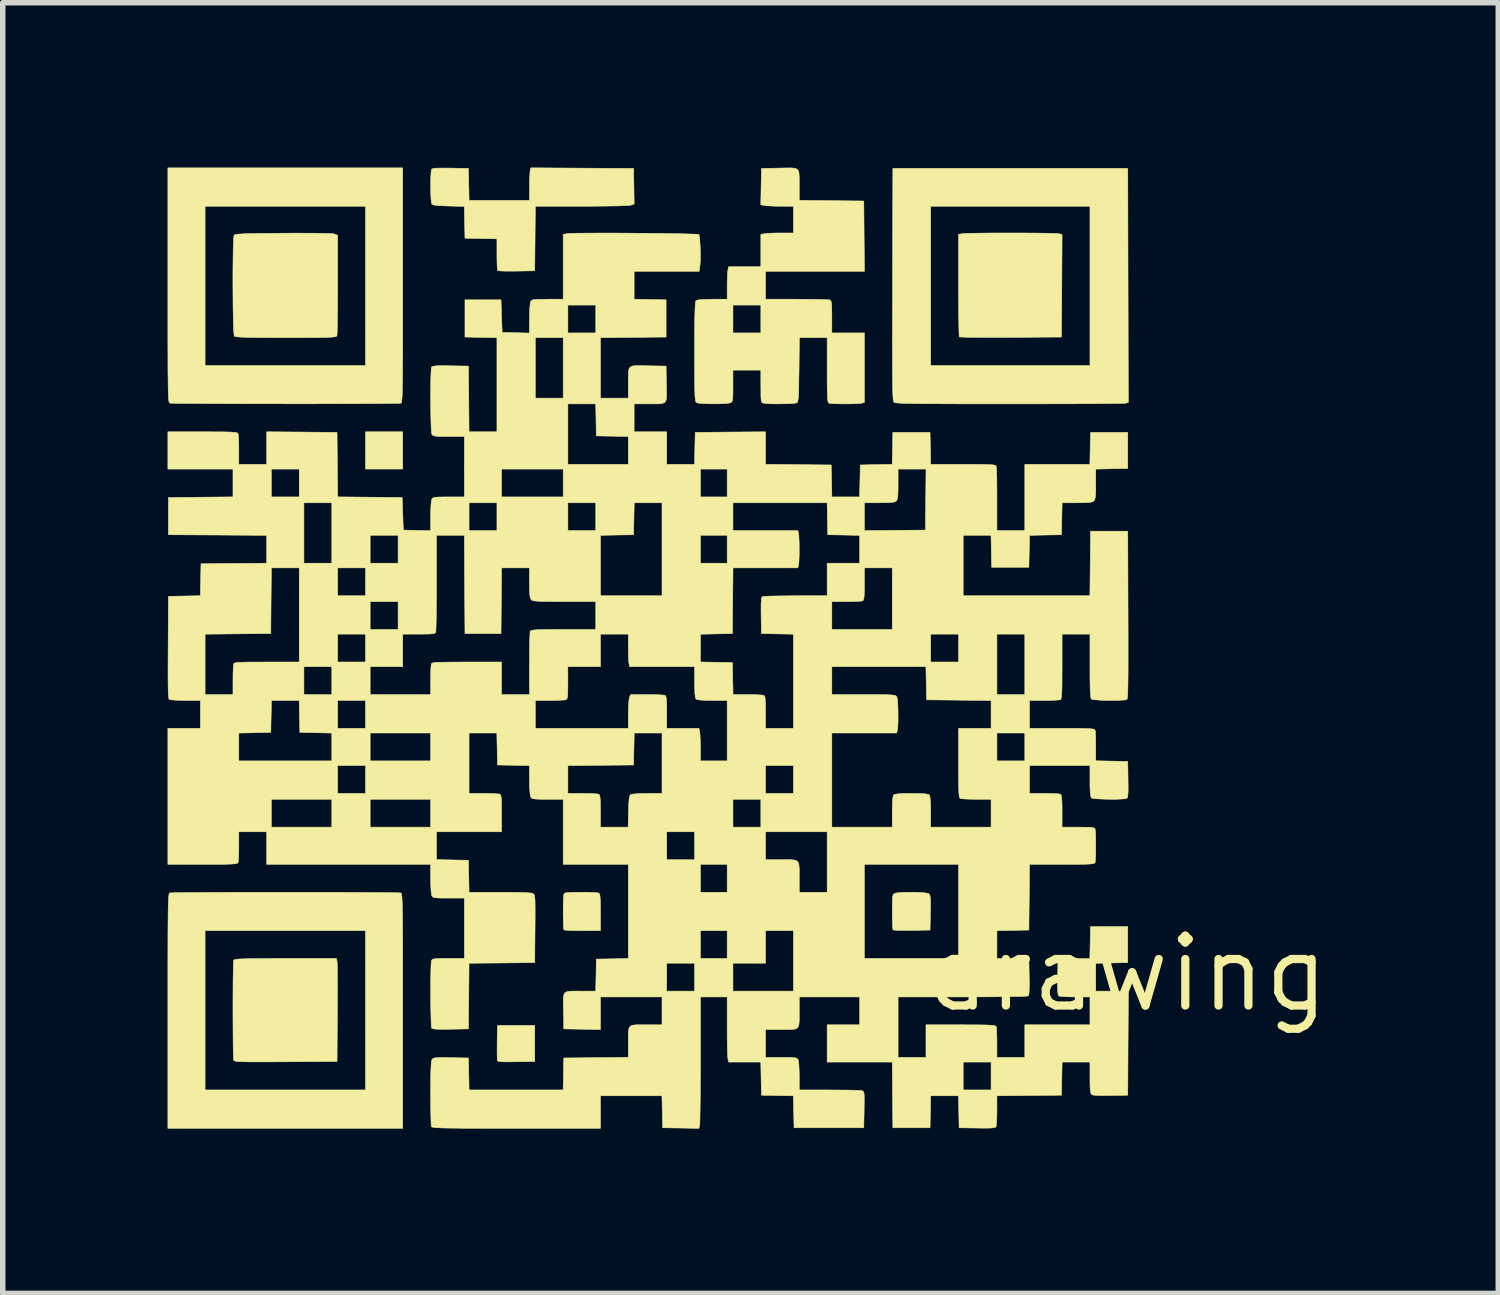
<source format=kicad_pcb>
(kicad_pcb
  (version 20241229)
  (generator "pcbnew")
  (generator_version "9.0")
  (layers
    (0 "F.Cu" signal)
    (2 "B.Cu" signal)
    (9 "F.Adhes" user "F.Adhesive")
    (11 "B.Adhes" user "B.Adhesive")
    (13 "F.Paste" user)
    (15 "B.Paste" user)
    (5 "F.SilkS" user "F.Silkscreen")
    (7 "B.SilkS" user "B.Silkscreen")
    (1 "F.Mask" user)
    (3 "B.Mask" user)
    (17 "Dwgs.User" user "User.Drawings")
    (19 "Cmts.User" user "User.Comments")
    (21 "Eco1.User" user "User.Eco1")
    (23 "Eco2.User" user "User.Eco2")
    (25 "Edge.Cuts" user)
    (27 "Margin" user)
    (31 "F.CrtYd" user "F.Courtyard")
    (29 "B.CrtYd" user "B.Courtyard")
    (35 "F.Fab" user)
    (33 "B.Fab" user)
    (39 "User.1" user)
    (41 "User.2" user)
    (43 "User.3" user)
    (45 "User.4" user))
  (footprint "drawing"
    (layer "F.Cu")
    (at 17.468 14.674)
    (property "Reference" "drawing" (at 0 0 0) (layer "F.SilkS") (effects (font (size 1.27 1.27) (thickness 0.15))))
    (attr through_hole)
    (fp_poly (pts (xy -13.187 -9.186) (xy -13.864 -9.186) (xy -13.864 -9.864) (xy -13.187 -9.864) (xy -13.187 -9.186)) (stroke (width 0.01) (type solid)) (fill yes) (layer "F.SilkS"))
    (fp_poly (pts (xy -10.784 1.598) (xy -11.118 1.604) (xy -11.25 1.605) (xy -11.346 1.605) (xy -11.409 1.601) (xy -11.446 1.594) (xy -11.462 1.584) (xy -11.463 1.582) (xy -11.466 1.551) (xy -11.468 1.487) (xy -11.469 1.397) (xy -11.468 1.29) (xy -11.468 1.248) (xy -11.462 0.942) (xy -10.784 0.942) (xy -10.784 1.598)) (stroke (width 0.01) (type solid)) (fill yes) (layer "F.SilkS"))
    (fp_poly (pts (xy -9.822 -1.481) (xy -9.73 -1.478) (xy -9.661 -1.474) (xy -9.624 -1.469) (xy -9.622 -1.469) (xy -9.609 -1.459) (xy -9.6 -1.435) (xy -9.594 -1.392) (xy -9.59 -1.324) (xy -9.589 -1.224) (xy -9.588 -1.12) (xy -9.588 -0.783) (xy -9.913 -0.783) (xy -10.026 -0.784) (xy -10.124 -0.786) (xy -10.199 -0.79) (xy -10.243 -0.795) (xy -10.252 -0.797) (xy -10.257 -0.822) (xy -10.261 -0.882) (xy -10.264 -0.969) (xy -10.266 -1.075) (xy -10.266 -1.134) (xy -10.265 -1.259) (xy -10.263 -1.349) (xy -10.259 -1.409) (xy -10.252 -1.445) (xy -10.241 -1.463) (xy -10.232 -1.469) (xy -10.199 -1.474) (xy -10.133 -1.478) (xy -10.043 -1.48) (xy -9.939 -1.482) (xy -9.927 -1.482) (xy -9.822 -1.481)) (stroke (width 0.01) (type solid)) (fill yes) (layer "F.SilkS"))
    (fp_poly (pts (xy -3.825 -1.48) (xy -3.732 -1.475) (xy -3.659 -1.468) (xy -3.616 -1.457) (xy -3.612 -1.455) (xy -3.598 -1.44) (xy -3.589 -1.416) (xy -3.583 -1.375) (xy -3.58 -1.311) (xy -3.58 -1.216) (xy -3.582 -1.111) (xy -3.588 -0.794) (xy -3.917 -0.788) (xy -4.031 -0.787) (xy -4.13 -0.788) (xy -4.206 -0.79) (xy -4.252 -0.794) (xy -4.261 -0.797) (xy -4.266 -0.822) (xy -4.271 -0.882) (xy -4.274 -0.968) (xy -4.275 -1.074) (xy -4.276 -1.125) (xy -4.275 -1.247) (xy -4.273 -1.333) (xy -4.27 -1.391) (xy -4.263 -1.426) (xy -4.252 -1.447) (xy -4.236 -1.459) (xy -4.235 -1.46) (xy -4.194 -1.47) (xy -4.122 -1.477) (xy -4.03 -1.481) (xy -3.927 -1.482) (xy -3.825 -1.48)) (stroke (width 0.01) (type solid)) (fill yes) (layer "F.SilkS"))
    (fp_poly (pts (xy -2.003 -13.483) (xy -1.835 -13.482) (xy -1.678 -13.481) (xy -1.537 -13.479) (xy -1.418 -13.477) (xy -1.326 -13.475) (xy -1.267 -13.472) (xy -1.251 -13.47) (xy -1.185 -13.457) (xy -1.19 -12.523) (xy -1.196 -11.589) (xy -2.118 -11.583) (xy -2.312 -11.582) (xy -2.492 -11.582) (xy -2.655 -11.583) (xy -2.796 -11.584) (xy -2.911 -11.585) (xy -2.995 -11.588) (xy -3.044 -11.59) (xy -3.055 -11.592) (xy -3.058 -11.616) (xy -3.061 -11.677) (xy -3.063 -11.772) (xy -3.065 -11.896) (xy -3.067 -12.045) (xy -3.068 -12.215) (xy -3.069 -12.401) (xy -3.069 -12.532) (xy -3.069 -13.457) (xy -3.003 -13.47) (xy -2.965 -13.473) (xy -2.89 -13.476) (xy -2.785 -13.478) (xy -2.655 -13.48) (xy -2.506 -13.482) (xy -2.344 -13.482) (xy -2.174 -13.483) (xy -2.003 -13.483)) (stroke (width 0.01) (type solid)) (fill yes) (layer "F.SilkS"))
    (fp_poly (pts (xy -14.383 -0.228) (xy -14.38 -0.197) (xy -14.378 -0.128) (xy -14.377 -0.027) (xy -14.376 0.103) (xy -14.375 0.256) (xy -14.376 0.429) (xy -14.376 0.615) (xy -14.377 0.709) (xy -14.383 1.598) (xy -15.317 1.604) (xy -15.542 1.605) (xy -15.728 1.605) (xy -15.879 1.605) (xy -15.999 1.605) (xy -16.091 1.603) (xy -16.159 1.6) (xy -16.207 1.597) (xy -16.237 1.592) (xy -16.255 1.585) (xy -16.263 1.578) (xy -16.264 1.575) (xy -16.267 1.547) (xy -16.27 1.481) (xy -16.272 1.384) (xy -16.274 1.261) (xy -16.275 1.118) (xy -16.276 0.96) (xy -16.277 0.792) (xy -16.277 0.62) (xy -16.277 0.45) (xy -16.276 0.287) (xy -16.275 0.136) (xy -16.273 0.003) (xy -16.271 -0.107) (xy -16.269 -0.187) (xy -16.266 -0.233) (xy -16.264 -0.242) (xy -16.258 -0.25) (xy -16.242 -0.256) (xy -16.214 -0.262) (xy -16.169 -0.266) (xy -16.105 -0.269) (xy -16.017 -0.272) (xy -15.901 -0.273) (xy -15.755 -0.274) (xy -15.574 -0.275) (xy -15.355 -0.275) (xy -15.323 -0.275) (xy -14.394 -0.275) (xy -14.383 -0.228)) (stroke (width 0.01) (type solid)) (fill yes) (layer "F.SilkS"))
    (fp_poly (pts (xy 0.016 -12.528) (xy 0.021 -10.398) (xy -0.026 -10.385) (xy -0.054 -10.383) (xy -0.121 -10.381) (xy -0.224 -10.38) (xy -0.361 -10.378) (xy -0.528 -10.377) (xy -0.723 -10.376) (xy -0.943 -10.374) (xy -1.184 -10.374) (xy -1.443 -10.373) (xy -1.719 -10.372) (xy -2.007 -10.372) (xy -2.139 -10.372) (xy -2.496 -10.372) (xy -2.813 -10.372) (xy -3.092 -10.373) (xy -3.334 -10.374) (xy -3.543 -10.375) (xy -3.72 -10.376) (xy -3.867 -10.378) (xy -3.986 -10.381) (xy -4.08 -10.383) (xy -4.15 -10.386) (xy -4.199 -10.39) (xy -4.229 -10.394) (xy -4.24 -10.398) (xy -4.246 -10.405) (xy -4.251 -10.416) (xy -4.256 -10.436) (xy -4.26 -10.465) (xy -4.263 -10.508) (xy -4.266 -10.565) (xy -4.268 -10.64) (xy -4.27 -10.736) (xy -4.271 -10.853) (xy -4.272 -10.996) (xy -4.272 -11.166) (xy -4.273 -11.366) (xy -4.273 -11.598) (xy -4.272 -11.865) (xy -4.271 -12.169) (xy -4.271 -12.513) (xy -4.271 -12.541) (xy -4.267 -13.97) (xy -3.577 -13.97) (xy -3.577 -11.07) (xy -0.677 -11.07) (xy -0.677 -13.97) (xy -3.577 -13.97) (xy -4.267 -13.97) (xy -4.265 -14.658) (xy 0.011 -14.658) (xy 0.016 -12.528)) (stroke (width 0.01) (type solid)) (fill yes) (layer "F.SilkS"))
    (fp_poly (pts (xy -9.919 -14.663) (xy -8.985 -14.658) (xy -8.979 -14.335) (xy -8.974 -14.012) (xy -9.028 -13.991) (xy -9.063 -13.986) (xy -9.137 -13.981) (xy -9.246 -13.977) (xy -9.386 -13.974) (xy -9.555 -13.972) (xy -9.748 -13.97) (xy -9.928 -13.97) (xy -10.773 -13.97) (xy -10.784 -12.795) (xy -11.114 -12.789) (xy -11.228 -12.788) (xy -11.327 -12.789) (xy -11.403 -12.792) (xy -11.448 -12.795) (xy -11.458 -12.798) (xy -11.463 -12.824) (xy -11.468 -12.883) (xy -11.471 -12.969) (xy -11.472 -13.071) (xy -11.472 -13.095) (xy -11.472 -13.376) (xy -11.763 -13.382) (xy -12.054 -13.388) (xy -12.06 -13.677) (xy -12.066 -13.967) (xy -12.352 -13.974) (xy -12.474 -13.978) (xy -12.559 -13.983) (xy -12.614 -13.991) (xy -12.646 -14.001) (xy -12.658 -14.012) (xy -12.666 -14.045) (xy -12.672 -14.111) (xy -12.676 -14.199) (xy -12.678 -14.299) (xy -12.678 -14.402) (xy -12.676 -14.498) (xy -12.672 -14.577) (xy -12.665 -14.629) (xy -12.661 -14.643) (xy -12.643 -14.653) (xy -12.602 -14.661) (xy -12.532 -14.664) (xy -12.429 -14.665) (xy -12.317 -14.664) (xy -11.991 -14.658) (xy -11.985 -14.367) (xy -11.979 -14.076) (xy -10.88 -14.076) (xy -10.879 -14.325) (xy -10.878 -14.427) (xy -10.875 -14.518) (xy -10.871 -14.587) (xy -10.866 -14.621) (xy -10.853 -14.669) (xy -9.919 -14.663)) (stroke (width 0.01) (type solid)) (fill yes) (layer "F.SilkS"))
    (fp_poly (pts (xy -14.92 -13.479) (xy -14.748 -13.478) (xy -14.61 -13.475) (xy -14.509 -13.472) (xy -14.446 -13.467) (xy -14.428 -13.463) (xy -14.372 -13.442) (xy -14.372 -12.544) (xy -14.372 -12.352) (xy -14.373 -12.172) (xy -14.375 -12.01) (xy -14.376 -11.869) (xy -14.378 -11.754) (xy -14.381 -11.67) (xy -14.384 -11.622) (xy -14.385 -11.612) (xy -14.392 -11.604) (xy -14.407 -11.597) (xy -14.436 -11.591) (xy -14.481 -11.587) (xy -14.546 -11.584) (xy -14.634 -11.581) (xy -14.75 -11.58) (xy -14.898 -11.579) (xy -15.08 -11.578) (xy -15.3 -11.578) (xy -15.312 -11.578) (xy -15.549 -11.578) (xy -15.747 -11.579) (xy -15.908 -11.581) (xy -16.034 -11.584) (xy -16.129 -11.587) (xy -16.195 -11.592) (xy -16.235 -11.597) (xy -16.252 -11.604) (xy -16.258 -11.63) (xy -16.263 -11.693) (xy -16.267 -11.788) (xy -16.271 -11.909) (xy -16.274 -12.051) (xy -16.276 -12.208) (xy -16.277 -12.375) (xy -16.278 -12.547) (xy -16.278 -12.718) (xy -16.277 -12.883) (xy -16.275 -13.036) (xy -16.273 -13.173) (xy -16.269 -13.287) (xy -16.265 -13.373) (xy -16.26 -13.427) (xy -16.256 -13.441) (xy -16.247 -13.449) (xy -16.226 -13.455) (xy -16.19 -13.461) (xy -16.135 -13.465) (xy -16.058 -13.469) (xy -15.955 -13.472) (xy -15.822 -13.474) (xy -15.656 -13.476) (xy -15.453 -13.478) (xy -15.36 -13.479) (xy -15.125 -13.48) (xy -14.92 -13.479)) (stroke (width 0.01) (type solid)) (fill yes) (layer "F.SilkS"))
    (fp_poly (pts (xy -15.071 -1.481) (xy -14.815 -1.481) (xy -14.566 -1.481) (xy -14.327 -1.48) (xy -14.103 -1.479) (xy -13.896 -1.478) (xy -13.71 -1.477) (xy -13.549 -1.476) (xy -13.416 -1.474) (xy -13.315 -1.473) (xy -13.248 -1.471) (xy -13.221 -1.469) (xy -13.22 -1.469) (xy -13.215 -1.464) (xy -13.21 -1.451) (xy -13.206 -1.429) (xy -13.202 -1.395) (xy -13.199 -1.347) (xy -13.196 -1.282) (xy -13.194 -1.197) (xy -13.192 -1.091) (xy -13.19 -0.96) (xy -13.189 -0.803) (xy -13.188 -0.618) (xy -13.188 -0.401) (xy -13.187 -0.15) (xy -13.187 0.137) (xy -13.187 0.462) (xy -13.187 0.68) (xy -13.187 2.815) (xy -17.462 2.815) (xy -17.462 0.68) (xy -17.462 0.33) (xy -17.462 0.02) (xy -17.462 -0.252) (xy -17.461 -0.49) (xy -17.461 -0.694) (xy -17.46 -0.783) (xy -16.785 -0.783) (xy -16.785 2.117) (xy -13.864 2.117) (xy -13.864 -0.783) (xy -16.785 -0.783) (xy -17.46 -0.783) (xy -17.46 -0.868) (xy -17.458 -1.014) (xy -17.457 -1.135) (xy -17.455 -1.232) (xy -17.452 -1.309) (xy -17.449 -1.368) (xy -17.446 -1.41) (xy -17.442 -1.439) (xy -17.438 -1.457) (xy -17.432 -1.466) (xy -17.429 -1.469) (xy -17.403 -1.471) (xy -17.338 -1.473) (xy -17.238 -1.474) (xy -17.106 -1.476) (xy -16.946 -1.477) (xy -16.761 -1.478) (xy -16.555 -1.479) (xy -16.331 -1.48) (xy -16.093 -1.481) (xy -15.845 -1.481) (xy -15.589 -1.481) (xy -15.33 -1.481) (xy -15.071 -1.481)) (stroke (width 0.01) (type solid)) (fill yes) (layer "F.SilkS"))
    (fp_poly (pts (xy -13.187 -12.533) (xy -13.187 -12.183) (xy -13.187 -11.873) (xy -13.187 -11.601) (xy -13.188 -11.364) (xy -13.189 -11.159) (xy -13.19 -10.985) (xy -13.191 -10.839) (xy -13.193 -10.718) (xy -13.195 -10.621) (xy -13.197 -10.544) (xy -13.2 -10.486) (xy -13.203 -10.443) (xy -13.207 -10.414) (xy -13.212 -10.396) (xy -13.217 -10.387) (xy -13.22 -10.385) (xy -13.246 -10.383) (xy -13.31 -10.381) (xy -13.409 -10.38) (xy -13.541 -10.379) (xy -13.7 -10.377) (xy -13.884 -10.377) (xy -14.09 -10.376) (xy -14.313 -10.375) (xy -14.551 -10.375) (xy -14.799 -10.374) (xy -15.054 -10.374) (xy -15.313 -10.374) (xy -15.572 -10.375) (xy -15.828 -10.375) (xy -16.077 -10.375) (xy -16.315 -10.376) (xy -16.539 -10.377) (xy -16.746 -10.378) (xy -16.933 -10.379) (xy -17.094 -10.38) (xy -17.228 -10.381) (xy -17.33 -10.383) (xy -17.397 -10.384) (xy -17.425 -10.386) (xy -17.425 -10.386) (xy -17.431 -10.39) (xy -17.437 -10.398) (xy -17.442 -10.413) (xy -17.446 -10.439) (xy -17.449 -10.476) (xy -17.452 -10.528) (xy -17.455 -10.598) (xy -17.457 -10.686) (xy -17.458 -10.797) (xy -17.46 -10.932) (xy -17.461 -11.094) (xy -17.461 -11.285) (xy -17.462 -11.507) (xy -17.462 -11.764) (xy -17.462 -12.057) (xy -17.462 -12.389) (xy -17.462 -12.532) (xy -17.462 -13.97) (xy -16.785 -13.97) (xy -16.785 -11.07) (xy -13.864 -11.07) (xy -13.864 -13.97) (xy -16.785 -13.97) (xy -17.462 -13.97) (xy -17.462 -14.668) (xy -13.187 -14.668) (xy -13.187 -12.533)) (stroke (width 0.01) (type solid)) (fill yes) (layer "F.SilkS"))
    (fp_poly (pts (xy -6.101 -14.667) (xy -6.037 -14.658) (xy -5.998 -14.635) (xy -5.977 -14.593) (xy -5.97 -14.525) (xy -5.969 -14.426) (xy -5.969 -14.325) (xy -5.969 -14.077) (xy -5.382 -14.071) (xy -4.794 -14.065) (xy -4.783 -12.785) (xy -6.583 -12.785) (xy -6.583 -12.277) (xy -6.013 -12.277) (xy -5.861 -12.276) (xy -5.721 -12.275) (xy -5.6 -12.273) (xy -5.504 -12.27) (xy -5.439 -12.267) (xy -5.41 -12.264) (xy -5.396 -12.253) (xy -5.387 -12.228) (xy -5.381 -12.182) (xy -5.378 -12.109) (xy -5.376 -12.002) (xy -5.376 -11.957) (xy -5.376 -11.663) (xy -4.784 -11.663) (xy -4.784 -10.398) (xy -4.831 -10.385) (xy -4.873 -10.379) (xy -4.945 -10.376) (xy -5.037 -10.373) (xy -5.138 -10.372) (xy -5.238 -10.373) (xy -5.327 -10.375) (xy -5.394 -10.379) (xy -5.428 -10.385) (xy -5.437 -10.392) (xy -5.445 -10.411) (xy -5.451 -10.444) (xy -5.455 -10.497) (xy -5.458 -10.575) (xy -5.46 -10.681) (xy -5.461 -10.82) (xy -5.461 -10.988) (xy -5.461 -11.578) (xy -5.967 -11.578) (xy -5.973 -10.995) (xy -5.976 -10.819) (xy -5.978 -10.681) (xy -5.981 -10.575) (xy -5.985 -10.499) (xy -5.991 -10.447) (xy -5.998 -10.414) (xy -6.006 -10.397) (xy -6.011 -10.392) (xy -6.044 -10.385) (xy -6.108 -10.379) (xy -6.195 -10.375) (xy -6.295 -10.373) (xy -6.397 -10.372) (xy -6.491 -10.374) (xy -6.568 -10.378) (xy -6.617 -10.384) (xy -6.62 -10.385) (xy -6.639 -10.392) (xy -6.652 -10.404) (xy -6.66 -10.43) (xy -6.665 -10.476) (xy -6.667 -10.548) (xy -6.667 -10.653) (xy -6.668 -10.692) (xy -6.668 -10.986) (xy -7.176 -10.986) (xy -7.176 -10.7) (xy -7.176 -10.585) (xy -7.178 -10.504) (xy -7.183 -10.452) (xy -7.191 -10.42) (xy -7.203 -10.402) (xy -7.216 -10.394) (xy -7.255 -10.385) (xy -7.325 -10.378) (xy -7.417 -10.374) (xy -7.519 -10.373) (xy -7.622 -10.374) (xy -7.716 -10.378) (xy -7.79 -10.384) (xy -7.833 -10.393) (xy -7.837 -10.395) (xy -7.846 -10.402) (xy -7.853 -10.416) (xy -7.859 -10.44) (xy -7.864 -10.479) (xy -7.868 -10.535) (xy -7.87 -10.612) (xy -7.872 -10.715) (xy -7.873 -10.847) (xy -7.874 -11.012) (xy -7.874 -11.214) (xy -7.874 -11.321) (xy -7.874 -11.557) (xy -7.873 -11.753) (xy -7.871 -11.913) (xy -7.868 -12.038) (xy -7.865 -12.132) (xy -7.862 -12.171) (xy -7.176 -12.171) (xy -7.176 -11.663) (xy -6.668 -11.663) (xy -6.668 -12.171) (xy -7.176 -12.171) (xy -7.862 -12.171) (xy -7.86 -12.197) (xy -7.855 -12.236) (xy -7.849 -12.251) (xy -7.814 -12.264) (xy -7.74 -12.272) (xy -7.625 -12.276) (xy -7.552 -12.277) (xy -7.281 -12.277) (xy -7.281 -12.507) (xy -7.28 -12.609) (xy -7.277 -12.701) (xy -7.272 -12.772) (xy -7.268 -12.803) (xy -7.255 -12.869) (xy -6.668 -12.869) (xy -6.668 -13.457) (xy -6.601 -13.47) (xy -6.553 -13.475) (xy -6.474 -13.48) (xy -6.378 -13.483) (xy -6.305 -13.483) (xy -6.075 -13.483) (xy -6.075 -13.97) (xy -6.305 -13.97) (xy -6.407 -13.971) (xy -6.5 -13.975) (xy -6.571 -13.979) (xy -6.602 -13.983) (xy -6.669 -13.997) (xy -6.663 -14.327) (xy -6.657 -14.658) (xy -6.326 -14.664) (xy -6.195 -14.667) (xy -6.101 -14.667)) (stroke (width 0.01) (type solid)) (fill yes) (layer "F.SilkS"))
    (fp_poly (pts (xy -9.301 -13.481) (xy -9.108 -13.48) (xy -8.913 -13.478) (xy -8.72 -13.477) (xy -8.533 -13.475) (xy -8.357 -13.472) (xy -8.197 -13.47) (xy -8.057 -13.467) (xy -7.943 -13.464) (xy -7.859 -13.461) (xy -7.809 -13.458) (xy -7.797 -13.455) (xy -7.788 -13.427) (xy -7.781 -13.366) (xy -7.775 -13.282) (xy -7.771 -13.185) (xy -7.769 -13.085) (xy -7.77 -12.991) (xy -7.774 -12.914) (xy -7.778 -12.88) (xy -7.792 -12.785) (xy -8.975 -12.785) (xy -8.975 -12.278) (xy -8.684 -12.272) (xy -8.393 -12.266) (xy -8.393 -11.589) (xy -8.991 -11.583) (xy -9.588 -11.578) (xy -9.588 -10.477) (xy -9.081 -10.477) (xy -9.08 -10.726) (xy -9.081 -10.853) (xy -9.079 -10.944) (xy -9.069 -11.006) (xy -9.044 -11.044) (xy -9 -11.063) (xy -8.93 -11.069) (xy -8.828 -11.068) (xy -8.723 -11.065) (xy -8.393 -11.06) (xy -8.387 -10.729) (xy -8.384 -10.598) (xy -8.384 -10.504) (xy -8.392 -10.44) (xy -8.415 -10.401) (xy -8.458 -10.38) (xy -8.526 -10.372) (xy -8.625 -10.372) (xy -8.726 -10.372) (xy -8.975 -10.372) (xy -8.975 -9.864) (xy -8.382 -9.864) (xy -8.382 -9.271) (xy -7.875 -9.271) (xy -7.869 -9.562) (xy -7.863 -9.853) (xy -7.223 -9.859) (xy -6.583 -9.864) (xy -6.583 -9.272) (xy -5.985 -9.266) (xy -5.387 -9.26) (xy -5.381 -8.969) (xy -5.375 -8.678) (xy -4.87 -8.678) (xy -4.864 -8.969) (xy -4.858 -9.26) (xy -4.567 -9.266) (xy -4.277 -9.272) (xy -4.265 -9.853) (xy -3.588 -9.853) (xy -3.582 -9.562) (xy -3.576 -9.271) (xy -2.986 -9.271) (xy -2.811 -9.271) (xy -2.673 -9.27) (xy -2.569 -9.268) (xy -2.493 -9.265) (xy -2.441 -9.261) (xy -2.409 -9.255) (xy -2.391 -9.247) (xy -2.384 -9.238) (xy -2.38 -9.208) (xy -2.377 -9.142) (xy -2.374 -9.046) (xy -2.372 -8.925) (xy -2.371 -8.785) (xy -2.371 -8.634) (xy -2.371 -8.065) (xy -1.863 -8.065) (xy -1.863 -9.271) (xy -0.679 -9.271) (xy -0.673 -9.562) (xy -0.667 -9.853) (xy 0.011 -9.853) (xy 0.011 -9.197) (xy -0.28 -9.191) (xy -0.572 -9.185) (xy -0.572 -8.912) (xy -0.572 -8.794) (xy -0.576 -8.711) (xy -0.583 -8.656) (xy -0.593 -8.622) (xy -0.605 -8.606) (xy -0.627 -8.591) (xy -0.665 -8.582) (xy -0.726 -8.576) (xy -0.816 -8.573) (xy -0.911 -8.572) (xy -1.184 -8.572) (xy -1.19 -8.281) (xy -1.196 -7.99) (xy -1.486 -7.985) (xy -1.777 -7.979) (xy -1.789 -7.398) (xy -2.466 -7.398) (xy -2.472 -7.689) (xy -2.478 -7.98) (xy -2.985 -7.98) (xy -2.985 -6.879) (xy -0.678 -6.879) (xy -0.672 -7.467) (xy -0.667 -8.054) (xy 0.011 -8.054) (xy 0.016 -6.531) (xy 0.017 -6.229) (xy 0.017 -5.966) (xy 0.017 -5.741) (xy 0.017 -5.551) (xy 0.016 -5.394) (xy 0.014 -5.266) (xy 0.012 -5.166) (xy 0.009 -5.091) (xy 0.005 -5.039) (xy 0.001 -5.007) (xy -0.004 -4.993) (xy -0.005 -4.992) (xy -0.039 -4.983) (xy -0.105 -4.978) (xy -0.193 -4.975) (xy -0.293 -4.974) (xy -0.397 -4.975) (xy -0.494 -4.979) (xy -0.576 -4.985) (xy -0.632 -4.992) (xy -0.652 -5) (xy -0.66 -5.021) (xy -0.667 -5.07) (xy -0.671 -5.148) (xy -0.675 -5.259) (xy -0.677 -5.407) (xy -0.677 -5.594) (xy -0.677 -5.603) (xy -0.677 -6.181) (xy -1.185 -6.181) (xy -1.185 -5.59) (xy -1.186 -5.415) (xy -1.186 -5.277) (xy -1.188 -5.173) (xy -1.191 -5.097) (xy -1.195 -5.045) (xy -1.201 -5.012) (xy -1.209 -4.994) (xy -1.219 -4.987) (xy -1.252 -4.982) (xy -1.318 -4.978) (xy -1.408 -4.975) (xy -1.511 -4.974) (xy -1.515 -4.974) (xy -1.778 -4.974) (xy -1.778 -4.466) (xy -1.188 -4.466) (xy -1.012 -4.466) (xy -0.874 -4.465) (xy -0.77 -4.463) (xy -0.694 -4.46) (xy -0.642 -4.456) (xy -0.609 -4.45) (xy -0.592 -4.442) (xy -0.584 -4.433) (xy -0.579 -4.399) (xy -0.575 -4.333) (xy -0.573 -4.244) (xy -0.572 -4.14) (xy -0.572 -4.137) (xy -0.572 -3.875) (xy 0.011 -3.863) (xy 0.016 -3.536) (xy 0.018 -3.403) (xy 0.017 -3.307) (xy 0.012 -3.243) (xy 0.004 -3.206) (xy -0.005 -3.193) (xy -0.039 -3.184) (xy -0.105 -3.179) (xy -0.193 -3.175) (xy -0.293 -3.175) (xy -0.397 -3.176) (xy -0.494 -3.18) (xy -0.576 -3.185) (xy -0.632 -3.193) (xy -0.652 -3.2) (xy -0.664 -3.234) (xy -0.672 -3.306) (xy -0.677 -3.418) (xy -0.677 -3.507) (xy -0.677 -3.789) (xy -1.778 -3.789) (xy -1.778 -3.281) (xy -1.515 -3.281) (xy -1.411 -3.28) (xy -1.321 -3.277) (xy -1.254 -3.273) (xy -1.219 -3.268) (xy -1.219 -3.268) (xy -1.205 -3.257) (xy -1.196 -3.232) (xy -1.19 -3.186) (xy -1.187 -3.113) (xy -1.185 -3.006) (xy -1.185 -2.961) (xy -1.185 -2.667) (xy -0.891 -2.667) (xy -0.772 -2.666) (xy -0.688 -2.664) (xy -0.634 -2.659) (xy -0.602 -2.651) (xy -0.587 -2.639) (xy -0.584 -2.634) (xy -0.579 -2.6) (xy -0.575 -2.534) (xy -0.573 -2.444) (xy -0.572 -2.34) (xy -0.572 -2.328) (xy -0.572 -2.223) (xy -0.575 -2.131) (xy -0.579 -2.062) (xy -0.584 -2.025) (xy -0.584 -2.023) (xy -0.592 -2.013) (xy -0.611 -2.005) (xy -0.644 -2) (xy -0.697 -1.995) (xy -0.775 -1.992) (xy -0.881 -1.991) (xy -1.02 -1.99) (xy -1.187 -1.99) (xy -1.777 -1.99) (xy -1.789 -0.794) (xy -2.08 -0.788) (xy -2.371 -0.782) (xy -2.371 -0.276) (xy -2.08 -0.27) (xy -1.789 -0.265) (xy -1.783 0.062) (xy -1.781 0.195) (xy -1.783 0.292) (xy -1.787 0.356) (xy -1.795 0.392) (xy -1.804 0.406) (xy -1.83 0.409) (xy -1.894 0.412) (xy -1.992 0.415) (xy -2.121 0.417) (xy -2.277 0.419) (xy -2.455 0.421) (xy -2.653 0.422) (xy -2.865 0.423) (xy -3 0.423) (xy -4.17 0.423) (xy -4.17 1.524) (xy -3.662 1.524) (xy -3.662 0.931) (xy -3.029 0.931) (xy -2.847 0.932) (xy -2.703 0.932) (xy -2.592 0.934) (xy -2.51 0.937) (xy -2.453 0.941) (xy -2.416 0.946) (xy -2.395 0.953) (xy -2.385 0.962) (xy -2.384 0.965) (xy -2.379 0.998) (xy -2.375 1.064) (xy -2.372 1.154) (xy -2.371 1.257) (xy -2.371 1.261) (xy -2.371 1.524) (xy -1.863 1.524) (xy -1.863 0.931) (xy -0.677 0.931) (xy -0.677 0.423) (xy -0.947 0.423) (xy -1.052 0.422) (xy -1.142 0.418) (xy -1.208 0.413) (xy -1.243 0.406) (xy -1.244 0.406) (xy -1.255 0.387) (xy -1.262 0.346) (xy -1.266 0.277) (xy -1.267 0.174) (xy -1.265 0.062) (xy -1.259 -0.265) (xy -0.679 -0.276) (xy -0.673 -0.567) (xy -0.667 -0.857) (xy 0.011 -0.857) (xy 0.011 -0.201) (xy -0.572 -0.189) (xy -0.572 0.318) (xy -0.323 0.318) (xy -0.22 0.319) (xy -0.129 0.322) (xy -0.06 0.326) (xy -0.026 0.331) (xy 0.022 0.344) (xy 0.016 1.278) (xy 0.011 2.212) (xy -0.304 2.218) (xy -0.45 2.219) (xy -0.555 2.216) (xy -0.622 2.209) (xy -0.648 2.199) (xy -0.661 2.178) (xy -0.669 2.134) (xy -0.675 2.063) (xy -0.677 1.957) (xy -0.677 1.892) (xy -0.677 1.609) (xy -1.184 1.609) (xy -1.19 1.91) (xy -1.196 2.212) (xy -1.783 2.218) (xy -2.371 2.223) (xy -2.371 2.493) (xy -2.372 2.597) (xy -2.376 2.687) (xy -2.381 2.754) (xy -2.388 2.788) (xy -2.388 2.789) (xy -2.407 2.8) (xy -2.448 2.807) (xy -2.517 2.811) (xy -2.62 2.812) (xy -2.732 2.81) (xy -3.059 2.805) (xy -3.07 2.223) (xy -3.576 2.223) (xy -3.588 2.805) (xy -4.265 2.805) (xy -4.271 2.207) (xy -4.276 1.609) (xy -2.985 1.609) (xy -2.985 2.117) (xy -2.477 2.117) (xy -2.477 1.609) (xy -2.985 1.609) (xy -4.276 1.609) (xy -5.461 1.609) (xy -5.461 0.931) (xy -4.868 0.931) (xy -4.868 0.423) (xy -5.969 0.423) (xy -5.969 0.672) (xy -5.969 0.8) (xy -5.971 0.892) (xy -5.981 0.953) (xy -6.005 0.99) (xy -6.048 1.009) (xy -6.116 1.016) (xy -6.215 1.016) (xy -6.289 1.016) (xy -6.583 1.016) (xy -6.583 1.524) (xy -6.298 1.524) (xy -6.182 1.524) (xy -6.102 1.527) (xy -6.049 1.531) (xy -6.017 1.539) (xy -6 1.552) (xy -5.991 1.565) (xy -5.982 1.601) (xy -5.975 1.67) (xy -5.971 1.762) (xy -5.969 1.861) (xy -5.969 2.117) (xy -5.424 2.117) (xy -5.274 2.118) (xy -5.136 2.119) (xy -5.016 2.121) (xy -4.921 2.124) (xy -4.856 2.127) (xy -4.831 2.13) (xy -4.813 2.136) (xy -4.8 2.147) (xy -4.792 2.17) (xy -4.787 2.211) (xy -4.786 2.275) (xy -4.787 2.371) (xy -4.788 2.474) (xy -4.794 2.805) (xy -6.064 2.805) (xy -6.07 2.514) (xy -6.076 2.224) (xy -6.657 2.212) (xy -6.669 1.609) (xy -7.255 1.609) (xy -7.268 1.543) (xy -7.272 1.503) (xy -7.275 1.429) (xy -7.278 1.325) (xy -7.28 1.199) (xy -7.281 1.057) (xy -7.281 0.95) (xy -7.281 0.423) (xy -7.768 0.423) (xy -7.768 1.553) (xy -7.768 1.77) (xy -7.769 1.976) (xy -7.77 2.166) (xy -7.772 2.337) (xy -7.774 2.484) (xy -7.776 2.603) (xy -7.778 2.689) (xy -7.78 2.74) (xy -7.782 2.75) (xy -7.795 2.816) (xy -8.125 2.81) (xy -8.456 2.805) (xy -8.468 2.223) (xy -9.588 2.223) (xy -9.588 2.815) (xy -11.121 2.815) (xy -11.414 2.815) (xy -11.668 2.815) (xy -11.885 2.814) (xy -12.069 2.814) (xy -12.221 2.812) (xy -12.345 2.811) (xy -12.444 2.809) (xy -12.521 2.806) (xy -12.578 2.803) (xy -12.618 2.799) (xy -12.644 2.794) (xy -12.659 2.789) (xy -12.665 2.783) (xy -12.666 2.782) (xy -12.669 2.752) (xy -12.672 2.686) (xy -12.675 2.59) (xy -12.677 2.469) (xy -12.678 2.329) (xy -12.679 2.176) (xy -12.679 2.172) (xy -12.678 1.985) (xy -12.677 1.838) (xy -12.673 1.725) (xy -12.669 1.644) (xy -12.662 1.591) (xy -12.654 1.563) (xy -12.652 1.559) (xy -12.637 1.545) (xy -12.613 1.535) (xy -12.572 1.53) (xy -12.508 1.527) (xy -12.413 1.527) (xy -12.308 1.529) (xy -11.991 1.535) (xy -11.985 1.826) (xy -11.979 2.117) (xy -10.267 2.117) (xy -10.261 1.826) (xy -10.255 1.535) (xy -9.668 1.529) (xy -9.081 1.523) (xy -9.08 1.275) (xy -9.081 1.147) (xy -9.078 1.055) (xy -9.068 0.994) (xy -9.044 0.957) (xy -9.001 0.938) (xy -8.933 0.931) (xy -8.834 0.931) (xy -8.761 0.931) (xy -8.467 0.931) (xy -8.467 0.423) (xy -9.588 0.423) (xy -9.588 1.017) (xy -10.255 1.005) (xy -10.261 0.675) (xy -10.264 0.544) (xy -10.264 0.45) (xy -10.255 0.386) (xy -10.233 0.346) (xy -10.19 0.326) (xy -10.122 0.318) (xy -10.023 0.317) (xy -9.922 0.318) (xy -9.674 0.318) (xy -9.668 0.026) (xy -9.664 -0.191) (xy -8.382 -0.191) (xy -8.382 0.318) (xy -7.874 0.318) (xy -7.874 -0.191) (xy -7.176 -0.191) (xy -7.176 0.318) (xy -6.075 0.318) (xy -6.075 -0.783) (xy -6.583 -0.783) (xy -6.583 -0.191) (xy -7.176 -0.191) (xy -7.874 -0.191) (xy -8.382 -0.191) (xy -9.664 -0.191) (xy -9.663 -0.265) (xy -9.372 -0.27) (xy -9.081 -0.276) (xy -9.081 -0.783) (xy -7.768 -0.783) (xy -7.768 -0.275) (xy -7.281 -0.275) (xy -7.281 -0.783) (xy -7.768 -0.783) (xy -9.081 -0.783) (xy -9.081 -1.99) (xy -7.768 -1.99) (xy -7.768 -1.482) (xy -7.281 -1.482) (xy -7.281 -1.99) (xy -7.768 -1.99) (xy -9.081 -1.99) (xy -10.266 -1.99) (xy -10.266 -2.582) (xy -8.382 -2.582) (xy -8.382 -2.074) (xy -7.874 -2.074) (xy -7.874 -2.582) (xy -6.583 -2.582) (xy -6.583 -2.074) (xy -6.289 -2.074) (xy -6.17 -2.075) (xy -6.085 -2.073) (xy -6.028 -2.062) (xy -5.993 -2.036) (xy -5.976 -1.989) (xy -5.969 -1.916) (xy -5.969 -1.81) (xy -5.969 -1.73) (xy -5.969 -1.482) (xy -5.461 -1.482) (xy -5.461 -1.99) (xy -4.784 -1.99) (xy -4.784 -0.275) (xy -3.069 -0.275) (xy -3.069 -1.99) (xy -4.784 -1.99) (xy -5.461 -1.99) (xy -5.461 -2.582) (xy -6.583 -2.582) (xy -7.874 -2.582) (xy -8.382 -2.582) (xy -10.266 -2.582) (xy -10.266 -3.175) (xy -10.551 -3.175) (xy -10.667 -3.175) (xy -10.747 -3.178) (xy -10.8 -3.182) (xy -10.831 -3.19) (xy -10.849 -3.203) (xy -10.858 -3.216) (xy -10.866 -3.252) (xy -10.873 -3.321) (xy -10.878 -3.413) (xy -10.88 -3.518) (xy -10.88 -3.522) (xy -10.88 -3.788) (xy -10.906 -3.788) (xy -10.181 -3.788) (xy -10.181 -3.281) (xy -9.918 -3.281) (xy -9.815 -3.28) (xy -9.724 -3.277) (xy -9.657 -3.273) (xy -9.623 -3.268) (xy -9.622 -3.268) (xy -9.608 -3.257) (xy -9.599 -3.232) (xy -9.593 -3.186) (xy -9.59 -3.113) (xy -9.589 -3.006) (xy -9.588 -2.961) (xy -9.588 -2.667) (xy -9.084 -2.667) (xy -9.077 -2.954) (xy -9.073 -3.075) (xy -9.068 -3.161) (xy -9.066 -3.175) (xy -7.176 -3.175) (xy -7.176 -2.667) (xy -6.668 -2.667) (xy -6.668 -3.175) (xy -7.176 -3.175) (xy -9.066 -3.175) (xy -9.06 -3.216) (xy -9.049 -3.248) (xy -9.038 -3.26) (xy -9.006 -3.268) (xy -8.94 -3.274) (xy -8.851 -3.279) (xy -8.747 -3.28) (xy -8.737 -3.281) (xy -8.467 -3.281) (xy -8.467 -3.789) (xy -6.583 -3.789) (xy -6.583 -3.281) (xy -6.075 -3.281) (xy -6.075 -3.789) (xy -6.583 -3.789) (xy -8.467 -3.789) (xy -8.467 -4.381) (xy -8.973 -4.381) (xy -8.985 -3.799) (xy -10.181 -3.788) (xy -10.906 -3.788) (xy -11.171 -3.794) (xy -11.462 -3.799) (xy -11.474 -4.381) (xy -11.98 -4.381) (xy -11.98 -3.281) (xy -11.717 -3.281) (xy -11.614 -3.28) (xy -11.523 -3.277) (xy -11.456 -3.273) (xy -11.422 -3.268) (xy -11.421 -3.268) (xy -11.408 -3.258) (xy -11.399 -3.234) (xy -11.393 -3.191) (xy -11.39 -3.123) (xy -11.388 -3.023) (xy -11.388 -2.919) (xy -11.388 -2.582) (xy -12.573 -2.582) (xy -12.573 -2.076) (xy -11.991 -2.064) (xy -11.985 -1.773) (xy -11.979 -1.482) (xy -11.412 -1.482) (xy -11.227 -1.481) (xy -11.08 -1.479) (xy -10.969 -1.476) (xy -10.889 -1.471) (xy -10.838 -1.465) (xy -10.811 -1.456) (xy -10.809 -1.455) (xy -10.799 -1.444) (xy -10.791 -1.426) (xy -10.785 -1.396) (xy -10.78 -1.348) (xy -10.778 -1.279) (xy -10.777 -1.184) (xy -10.777 -1.057) (xy -10.778 -0.895) (xy -10.779 -0.815) (xy -10.784 -0.201) (xy -11.382 -0.195) (xy -11.98 -0.19) (xy -11.985 0.408) (xy -11.991 1.005) (xy -12.317 1.011) (xy -12.451 1.013) (xy -12.547 1.011) (xy -12.611 1.007) (xy -12.648 0.999) (xy -12.661 0.99) (xy -12.665 0.963) (xy -12.669 0.899) (xy -12.672 0.807) (xy -12.675 0.693) (xy -12.677 0.563) (xy -12.678 0.424) (xy -12.678 0.284) (xy -12.678 0.147) (xy -12.676 0.022) (xy -12.674 -0.084) (xy -12.671 -0.167) (xy -12.667 -0.218) (xy -12.665 -0.228) (xy -12.659 -0.246) (xy -12.646 -0.26) (xy -12.62 -0.268) (xy -12.575 -0.273) (xy -12.503 -0.275) (xy -12.397 -0.275) (xy -12.359 -0.275) (xy -12.065 -0.275) (xy -12.065 -1.376) (xy -12.35 -1.376) (xy -12.466 -1.376) (xy -12.546 -1.378) (xy -12.599 -1.383) (xy -12.63 -1.391) (xy -12.648 -1.404) (xy -12.657 -1.417) (xy -12.665 -1.453) (xy -12.672 -1.522) (xy -12.677 -1.614) (xy -12.679 -1.718) (xy -12.679 -1.724) (xy -12.679 -1.99) (xy -15.663 -1.99) (xy -15.663 -2.582) (xy -16.171 -2.582) (xy -16.171 -2.319) (xy -16.172 -2.216) (xy -16.175 -2.125) (xy -16.179 -2.058) (xy -16.184 -2.024) (xy -16.184 -2.023) (xy -16.192 -2.014) (xy -16.21 -2.006) (xy -16.242 -2) (xy -16.294 -1.996) (xy -16.369 -1.993) (xy -16.472 -1.991) (xy -16.608 -1.99) (xy -16.78 -1.99) (xy -16.83 -1.99) (xy -17.462 -1.99) (xy -17.462 -3.175) (xy -15.579 -3.175) (xy -15.579 -2.667) (xy -14.478 -2.667) (xy -14.478 -3.175) (xy -13.78 -3.175) (xy -13.78 -2.667) (xy -12.679 -2.667) (xy -12.679 -3.175) (xy -13.78 -3.175) (xy -14.478 -3.175) (xy -15.579 -3.175) (xy -17.462 -3.175) (xy -17.462 -3.789) (xy -14.372 -3.789) (xy -14.372 -3.281) (xy -13.864 -3.281) (xy -13.864 -3.789) (xy -14.372 -3.789) (xy -17.462 -3.789) (xy -17.462 -4.38) (xy -16.171 -4.38) (xy -16.171 -3.873) (xy -14.478 -3.873) (xy -14.478 -4.38) (xy -14.537 -4.381) (xy -13.78 -4.381) (xy -13.78 -3.873) (xy -12.679 -3.873) (xy -12.679 -4.381) (xy -13.78 -4.381) (xy -14.537 -4.381) (xy -14.769 -4.386) (xy -15.06 -4.392) (xy -15.066 -4.683) (xy -15.072 -4.974) (xy -14.372 -4.974) (xy -14.372 -4.466) (xy -13.864 -4.466) (xy -13.864 -4.974) (xy -10.774 -4.974) (xy -10.774 -4.466) (xy -9.081 -4.466) (xy -9.081 -4.719) (xy -9.079 -4.823) (xy -9.074 -4.917) (xy -9.067 -4.988) (xy -9.06 -5.026) (xy -9.039 -5.08) (xy -8.744 -5.08) (xy -8.634 -5.079) (xy -8.538 -5.077) (xy -8.464 -5.073) (xy -8.421 -5.069) (xy -8.415 -5.067) (xy -8.402 -5.056) (xy -8.392 -5.031) (xy -8.386 -4.985) (xy -8.383 -4.912) (xy -8.382 -4.805) (xy -8.382 -4.76) (xy -8.382 -4.466) (xy -7.795 -4.466) (xy -7.781 -4.4) (xy -7.776 -4.351) (xy -7.772 -4.273) (xy -7.769 -4.176) (xy -7.768 -4.104) (xy -7.768 -3.873) (xy -7.281 -3.873) (xy -7.281 -4.974) (xy -7.552 -4.974) (xy -7.688 -4.976) (xy -7.782 -4.982) (xy -7.837 -4.993) (xy -7.849 -5) (xy -7.861 -5.033) (xy -7.869 -5.105) (xy -7.873 -5.217) (xy -7.874 -5.306) (xy -7.874 -5.588) (xy -9.054 -5.588) (xy -9.067 -5.636) (xy -9.072 -5.675) (xy -9.076 -5.747) (xy -9.079 -5.839) (xy -9.08 -5.932) (xy -9.08 -6.179) (xy -7.768 -6.179) (xy -7.768 -5.674) (xy -7.477 -5.668) (xy -7.186 -5.662) (xy -7.18 -5.371) (xy -7.174 -5.08) (xy -6.912 -5.08) (xy -6.808 -5.079) (xy -6.718 -5.076) (xy -6.651 -5.072) (xy -6.617 -5.067) (xy -6.616 -5.067) (xy -6.603 -5.056) (xy -6.593 -5.031) (xy -6.587 -4.985) (xy -6.584 -4.912) (xy -6.583 -4.805) (xy -6.583 -4.76) (xy -6.583 -4.466) (xy -6.075 -4.466) (xy -6.075 -5.588) (xy -5.376 -5.588) (xy -5.376 -5.08) (xy -4.795 -5.08) (xy -4.623 -5.08) (xy -4.488 -5.079) (xy -4.386 -5.078) (xy -4.312 -5.075) (xy -4.261 -5.071) (xy -4.227 -5.065) (xy -4.208 -5.057) (xy -4.197 -5.047) (xy -4.192 -5.039) (xy -4.184 -5.003) (xy -4.177 -4.935) (xy -4.173 -4.845) (xy -4.171 -4.744) (xy -4.17 -4.641) (xy -4.172 -4.547) (xy -4.177 -4.472) (xy -4.183 -4.429) (xy -4.196 -4.381) (xy -5.376 -4.381) (xy -5.376 -2.667) (xy -4.276 -2.667) (xy -4.276 -2.949) (xy -4.274 -3.086) (xy -4.268 -3.183) (xy -4.258 -3.24) (xy -4.25 -3.255) (xy -4.219 -3.267) (xy -4.149 -3.275) (xy -4.041 -3.28) (xy -3.926 -3.281) (xy -3.786 -3.279) (xy -3.686 -3.274) (xy -3.625 -3.265) (xy -3.603 -3.255) (xy -3.59 -3.222) (xy -3.582 -3.15) (xy -3.578 -3.038) (xy -3.577 -2.949) (xy -3.577 -2.667) (xy -2.477 -2.667) (xy -2.477 -3.175) (xy -2.739 -3.175) (xy -2.843 -3.176) (xy -2.933 -3.179) (xy -3.001 -3.183) (xy -3.035 -3.188) (xy -3.036 -3.188) (xy -3.045 -3.196) (xy -3.053 -3.214) (xy -3.059 -3.246) (xy -3.063 -3.298) (xy -3.066 -3.373) (xy -3.068 -3.476) (xy -3.069 -3.611) (xy -3.069 -3.783) (xy -3.069 -3.833) (xy -3.069 -4.381) (xy -2.371 -4.381) (xy -2.371 -3.873) (xy -1.863 -3.873) (xy -1.863 -4.381) (xy -2.371 -4.381) (xy -3.069 -4.381) (xy -3.069 -4.466) (xy -2.477 -4.466) (xy -2.477 -4.973) (xy -3.064 -4.979) (xy -3.651 -4.985) (xy -3.657 -5.286) (xy -3.663 -5.588) (xy -5.376 -5.588) (xy -6.075 -5.588) (xy -6.075 -6.179) (xy -6.134 -6.181) (xy -3.577 -6.181) (xy -3.577 -5.673) (xy -3.069 -5.673) (xy -3.069 -6.181) (xy -2.371 -6.181) (xy -2.371 -5.08) (xy -1.863 -5.08) (xy -1.863 -6.181) (xy -2.371 -6.181) (xy -3.069 -6.181) (xy -3.577 -6.181) (xy -6.134 -6.181) (xy -6.366 -6.185) (xy -6.657 -6.191) (xy -6.663 -6.518) (xy -6.664 -6.651) (xy -6.663 -6.748) (xy -6.661 -6.773) (xy -5.376 -6.773) (xy -5.376 -6.265) (xy -4.276 -6.265) (xy -4.276 -7.387) (xy -4.784 -7.387) (xy -4.784 -7.093) (xy -4.784 -6.974) (xy -4.787 -6.89) (xy -4.792 -6.835) (xy -4.8 -6.804) (xy -4.812 -6.789) (xy -4.817 -6.786) (xy -4.85 -6.781) (xy -4.917 -6.777) (xy -5.006 -6.774) (xy -5.11 -6.773) (xy -5.113 -6.773) (xy -5.376 -6.773) (xy -6.661 -6.773) (xy -6.659 -6.812) (xy -6.651 -6.848) (xy -6.642 -6.861) (xy -6.614 -6.866) (xy -6.55 -6.87) (xy -6.455 -6.874) (xy -6.335 -6.876) (xy -6.196 -6.878) (xy -6.043 -6.879) (xy -6.038 -6.879) (xy -5.461 -6.879) (xy -5.461 -7.472) (xy -4.868 -7.472) (xy -4.868 -7.979) (xy -5.159 -7.985) (xy -5.45 -7.99) (xy -5.462 -8.572) (xy -4.784 -8.572) (xy -4.784 -8.064) (xy -3.672 -8.075) (xy -3.661 -9.186) (xy -4.17 -9.186) (xy -4.17 -8.913) (xy -4.171 -8.794) (xy -4.174 -8.711) (xy -4.181 -8.656) (xy -4.192 -8.622) (xy -4.203 -8.606) (xy -4.225 -8.591) (xy -4.263 -8.582) (xy -4.324 -8.576) (xy -4.414 -8.573) (xy -4.51 -8.572) (xy -4.784 -8.572) (xy -5.462 -8.572) (xy -7.176 -8.572) (xy -7.176 -8.065) (xy -5.995 -8.065) (xy -5.982 -8.017) (xy -5.977 -7.973) (xy -5.973 -7.898) (xy -5.97 -7.803) (xy -5.97 -7.7) (xy -5.971 -7.599) (xy -5.974 -7.513) (xy -5.979 -7.452) (xy -5.982 -7.435) (xy -5.995 -7.387) (xy -7.175 -7.387) (xy -7.186 -6.191) (xy -7.477 -6.185) (xy -7.768 -6.179) (xy -9.08 -6.179) (xy -9.081 -6.181) (xy -9.588 -6.181) (xy -9.588 -5.588) (xy -10.181 -5.588) (xy -10.181 -5.294) (xy -10.182 -5.174) (xy -10.184 -5.091) (xy -10.189 -5.036) (xy -10.197 -5.005) (xy -10.21 -4.99) (xy -10.215 -4.987) (xy -10.248 -4.982) (xy -10.314 -4.978) (xy -10.404 -4.975) (xy -10.507 -4.974) (xy -10.511 -4.974) (xy -10.774 -4.974) (xy -13.864 -4.974) (xy -14.372 -4.974) (xy -15.072 -4.974) (xy -15.577 -4.974) (xy -15.583 -4.683) (xy -15.589 -4.392) (xy -15.88 -4.386) (xy -16.171 -4.38) (xy -17.462 -4.38) (xy -17.462 -4.466) (xy -16.87 -4.466) (xy -16.87 -4.974) (xy -17.14 -4.974) (xy -17.244 -4.976) (xy -17.334 -4.979) (xy -17.401 -4.985) (xy -17.435 -4.991) (xy -17.436 -4.992) (xy -17.443 -5.005) (xy -17.448 -5.036) (xy -17.452 -5.089) (xy -17.456 -5.166) (xy -17.458 -5.271) (xy -17.459 -5.408) (xy -17.459 -5.578) (xy -17.458 -5.786) (xy -17.457 -5.939) (xy -17.456 -6.18) (xy -16.785 -6.18) (xy -16.785 -5.08) (xy -16.277 -5.08) (xy -16.277 -5.343) (xy -16.276 -5.447) (xy -16.273 -5.537) (xy -16.27 -5.588) (xy -14.986 -5.588) (xy -14.986 -5.08) (xy -14.478 -5.08) (xy -14.478 -5.588) (xy -13.78 -5.588) (xy -13.78 -5.08) (xy -12.679 -5.08) (xy -12.679 -5.343) (xy -12.678 -5.447) (xy -12.675 -5.537) (xy -12.671 -5.604) (xy -12.666 -5.639) (xy -12.666 -5.639) (xy -12.658 -5.649) (xy -12.64 -5.656) (xy -12.608 -5.662) (xy -12.556 -5.667) (xy -12.481 -5.669) (xy -12.378 -5.671) (xy -12.243 -5.672) (xy -12.07 -5.673) (xy -12.02 -5.673) (xy -11.388 -5.673) (xy -11.388 -5.08) (xy -10.88 -5.08) (xy -10.88 -5.639) (xy -10.879 -5.79) (xy -10.878 -5.928) (xy -10.876 -6.048) (xy -10.873 -6.142) (xy -10.87 -6.206) (xy -10.867 -6.232) (xy -10.859 -6.242) (xy -10.84 -6.25) (xy -10.807 -6.255) (xy -10.754 -6.26) (xy -10.677 -6.263) (xy -10.57 -6.264) (xy -10.431 -6.265) (xy -10.264 -6.265) (xy -9.673 -6.265) (xy -9.673 -6.773) (xy -10.243 -6.773) (xy -10.417 -6.774) (xy -10.553 -6.775) (xy -10.656 -6.777) (xy -10.732 -6.78) (xy -10.784 -6.785) (xy -10.818 -6.792) (xy -10.839 -6.8) (xy -10.846 -6.807) (xy -10.861 -6.829) (xy -10.87 -6.867) (xy -10.876 -6.928) (xy -10.879 -7.018) (xy -10.88 -7.114) (xy -10.88 -7.387) (xy -11.387 -7.387) (xy -11.393 -6.789) (xy -11.398 -6.191) (xy -12.054 -6.191) (xy -12.06 -7.086) (xy -12.065 -7.979) (xy -9.588 -7.979) (xy -9.588 -6.879) (xy -8.467 -6.879) (xy -8.467 -7.98) (xy -7.768 -7.98) (xy -7.768 -7.472) (xy -7.281 -7.472) (xy -7.281 -7.98) (xy -7.768 -7.98) (xy -8.467 -7.98) (xy -8.467 -8.572) (xy -8.973 -8.572) (xy -8.985 -7.99) (xy -9.287 -7.985) (xy -9.588 -7.979) (xy -12.065 -7.979) (xy -12.065 -7.98) (xy -12.573 -7.98) (xy -12.573 -7.114) (xy -12.573 -6.925) (xy -12.574 -6.749) (xy -12.576 -6.591) (xy -12.577 -6.454) (xy -12.58 -6.343) (xy -12.582 -6.264) (xy -12.585 -6.22) (xy -12.586 -6.214) (xy -12.597 -6.201) (xy -12.622 -6.191) (xy -12.668 -6.185) (xy -12.741 -6.182) (xy -12.848 -6.181) (xy -12.893 -6.181) (xy -13.187 -6.181) (xy -13.187 -5.588) (xy -13.78 -5.588) (xy -14.478 -5.588) (xy -14.986 -5.588) (xy -16.27 -5.588) (xy -16.269 -5.604) (xy -16.265 -5.639) (xy -16.264 -5.639) (xy -16.256 -5.649) (xy -16.238 -5.657) (xy -16.204 -5.663) (xy -16.151 -5.667) (xy -16.074 -5.67) (xy -15.968 -5.672) (xy -15.828 -5.672) (xy -15.661 -5.673) (xy -15.071 -5.673) (xy -15.071 -6.181) (xy -14.372 -6.181) (xy -14.372 -5.673) (xy -13.864 -5.673) (xy -13.864 -6.181) (xy -14.372 -6.181) (xy -15.071 -6.181) (xy -15.071 -6.773) (xy -13.78 -6.773) (xy -13.78 -6.265) (xy -13.271 -6.265) (xy -13.271 -6.773) (xy -13.78 -6.773) (xy -15.071 -6.773) (xy -15.071 -7.387) (xy -14.372 -7.387) (xy -14.372 -6.879) (xy -13.864 -6.879) (xy -13.864 -7.387) (xy -14.372 -7.387) (xy -15.071 -7.387) (xy -15.578 -7.387) (xy -15.584 -6.789) (xy -15.589 -6.191) (xy -16.187 -6.186) (xy -16.785 -6.18) (xy -17.456 -6.18) (xy -17.452 -6.869) (xy -16.871 -6.88) (xy -16.865 -7.171) (xy -16.859 -7.461) (xy -16.261 -7.467) (xy -15.663 -7.472) (xy -15.663 -7.979) (xy -16.558 -7.985) (xy -17.452 -7.99) (xy -17.452 -8.572) (xy -14.986 -8.572) (xy -14.986 -7.472) (xy -14.478 -7.472) (xy -14.478 -7.98) (xy -13.78 -7.98) (xy -13.78 -7.472) (xy -13.271 -7.472) (xy -13.271 -7.98) (xy -13.78 -7.98) (xy -14.478 -7.98) (xy -14.478 -8.572) (xy -14.986 -8.572) (xy -17.452 -8.572) (xy -17.452 -8.668) (xy -16.865 -8.673) (xy -16.277 -8.679) (xy -16.277 -9.186) (xy -15.579 -9.186) (xy -15.579 -8.678) (xy -15.071 -8.678) (xy -15.071 -9.186) (xy -15.579 -9.186) (xy -16.277 -9.186) (xy -17.462 -9.186) (xy -17.462 -9.864) (xy -16.83 -9.864) (xy -16.648 -9.863) (xy -16.503 -9.863) (xy -16.392 -9.861) (xy -16.311 -9.858) (xy -16.254 -9.854) (xy -16.217 -9.849) (xy -16.195 -9.842) (xy -16.185 -9.833) (xy -16.184 -9.83) (xy -16.179 -9.797) (xy -16.175 -9.731) (xy -16.172 -9.641) (xy -16.171 -9.538) (xy -16.171 -9.534) (xy -16.171 -9.271) (xy -15.663 -9.271) (xy -15.663 -9.864) (xy -15.023 -9.859) (xy -14.383 -9.853) (xy -14.377 -9.266) (xy -14.371 -8.679) (xy -13.197 -8.668) (xy -13.187 -8.371) (xy -13.176 -8.075) (xy -12.928 -8.069) (xy -12.679 -8.063) (xy -12.679 -8.33) (xy -12.677 -8.435) (xy -12.673 -8.528) (xy -12.668 -8.572) (xy -11.98 -8.572) (xy -11.98 -8.065) (xy -11.472 -8.065) (xy -11.472 -8.572) (xy -10.181 -8.572) (xy -10.181 -8.065) (xy -9.673 -8.065) (xy -9.673 -8.572) (xy -10.181 -8.572) (xy -11.472 -8.572) (xy -11.98 -8.572) (xy -12.668 -8.572) (xy -12.666 -8.598) (xy -12.657 -8.636) (xy -12.657 -8.637) (xy -12.645 -8.654) (xy -12.624 -8.665) (xy -12.588 -8.673) (xy -12.529 -8.676) (xy -12.44 -8.678) (xy -12.35 -8.678) (xy -12.065 -8.678) (xy -12.065 -9.186) (xy -11.388 -9.186) (xy -11.388 -8.678) (xy -10.266 -8.678) (xy -10.266 -9.186) (xy -7.768 -9.186) (xy -7.768 -8.678) (xy -7.281 -8.678) (xy -7.281 -9.186) (xy -7.768 -9.186) (xy -10.266 -9.186) (xy -11.388 -9.186) (xy -12.065 -9.186) (xy -12.065 -9.779) (xy -12.35 -9.779) (xy -12.466 -9.779) (xy -12.546 -9.782) (xy -12.599 -9.786) (xy -12.63 -9.794) (xy -12.648 -9.807) (xy -12.657 -9.82) (xy -12.663 -9.852) (xy -12.668 -9.918) (xy -12.672 -10.014) (xy -12.675 -10.131) (xy -12.677 -10.263) (xy -12.678 -10.403) (xy -12.679 -10.544) (xy -12.678 -10.681) (xy -12.676 -10.804) (xy -12.673 -10.909) (xy -12.669 -10.989) (xy -12.664 -11.036) (xy -12.661 -11.044) (xy -12.643 -11.055) (xy -12.602 -11.062) (xy -12.532 -11.066) (xy -12.429 -11.067) (xy -12.317 -11.065) (xy -11.991 -11.06) (xy -11.985 -10.462) (xy -11.98 -9.864) (xy -11.472 -9.864) (xy -11.472 -10.372) (xy -10.181 -10.372) (xy -10.181 -9.271) (xy -9.081 -9.271) (xy -9.081 -9.778) (xy -9.372 -9.784) (xy -9.663 -9.79) (xy -9.668 -10.081) (xy -9.674 -10.372) (xy -10.181 -10.372) (xy -11.472 -10.372) (xy -11.472 -11.577) (xy -11.531 -11.578) (xy -10.774 -11.578) (xy -10.774 -10.477) (xy -10.266 -10.477) (xy -10.266 -11.578) (xy -10.774 -11.578) (xy -11.531 -11.578) (xy -11.763 -11.583) (xy -12.054 -11.589) (xy -12.054 -12.266) (xy -11.398 -12.266) (xy -11.388 -11.97) (xy -11.377 -11.673) (xy -11.128 -11.667) (xy -10.88 -11.661) (xy -10.88 -11.928) (xy -10.878 -12.034) (xy -10.873 -12.126) (xy -10.869 -12.171) (xy -10.181 -12.171) (xy -10.181 -11.663) (xy -9.673 -11.663) (xy -9.673 -12.171) (xy -10.181 -12.171) (xy -10.869 -12.171) (xy -10.867 -12.197) (xy -10.858 -12.235) (xy -10.858 -12.236) (xy -10.846 -12.252) (xy -10.825 -12.264) (xy -10.789 -12.271) (xy -10.73 -12.275) (xy -10.641 -12.276) (xy -10.551 -12.277) (xy -10.266 -12.277) (xy -10.266 -13.459) (xy -10.176 -13.472) (xy -10.134 -13.475) (xy -10.057 -13.478) (xy -9.949 -13.479) (xy -9.814 -13.48) (xy -9.658 -13.481) (xy -9.486 -13.481) (xy -9.301 -13.481)) (stroke (width 0.01) (type solid)) (fill yes) (layer "F.SilkS")))
  (gr_rect
    (start -3 -3)
    (end 24.224 20.495)
    (stroke (width 0.1) (type default))
    (fill no)
    (layer "Edge.Cuts")))
</source>
